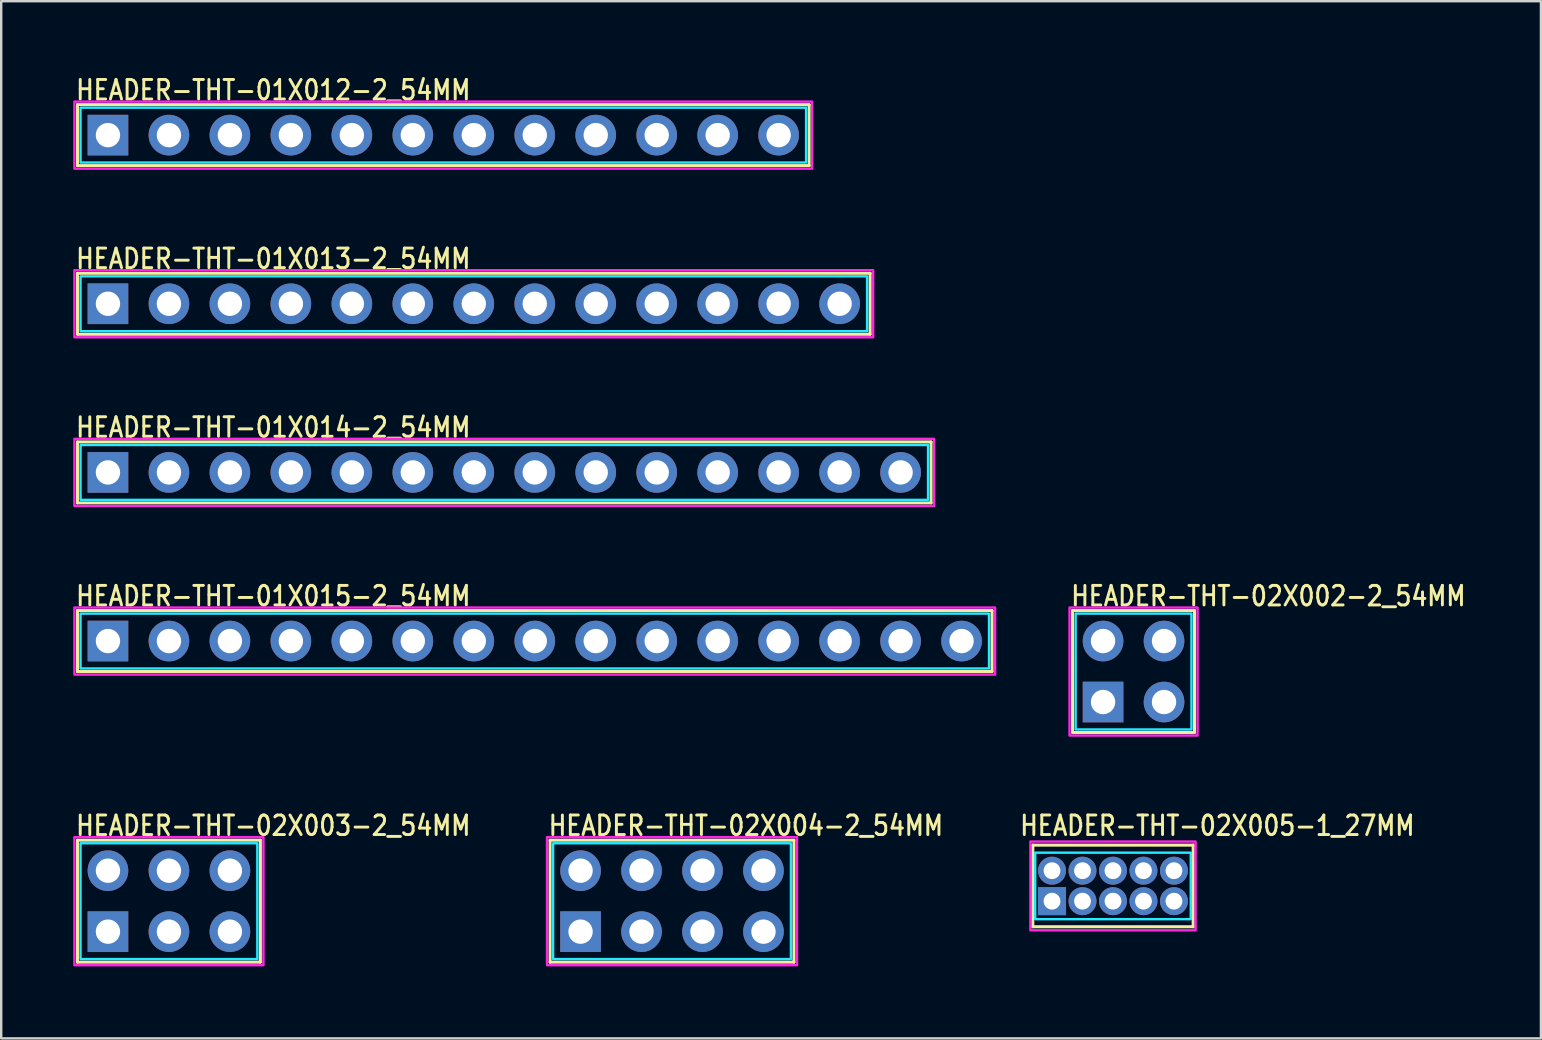
<source format=kicad_pcb>
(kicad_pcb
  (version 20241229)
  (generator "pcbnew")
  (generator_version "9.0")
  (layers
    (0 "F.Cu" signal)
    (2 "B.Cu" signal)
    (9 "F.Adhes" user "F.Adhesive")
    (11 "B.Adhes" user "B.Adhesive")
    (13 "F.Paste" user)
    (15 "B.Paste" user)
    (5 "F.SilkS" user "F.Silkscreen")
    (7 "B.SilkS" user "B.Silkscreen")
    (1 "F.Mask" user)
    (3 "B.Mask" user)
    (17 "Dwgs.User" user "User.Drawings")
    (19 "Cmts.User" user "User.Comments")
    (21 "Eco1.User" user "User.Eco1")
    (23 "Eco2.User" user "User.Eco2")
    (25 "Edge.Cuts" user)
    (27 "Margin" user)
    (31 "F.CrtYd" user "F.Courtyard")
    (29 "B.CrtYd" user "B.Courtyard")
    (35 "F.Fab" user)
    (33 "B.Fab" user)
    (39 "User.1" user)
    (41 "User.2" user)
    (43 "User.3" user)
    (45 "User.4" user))
  (footprint "HEADER-THT-02X002-2_54MM"
    (layer "F.Cu")
    (at 42.901 26.195)
    (property "Reference" "HEADER-THT-02X002-2_54MM" (at -1.4 -3.94 0) (unlocked yes) (layer "F.SilkS") (effects (font (size 0.813 0.695) (thickness 0.122)) (justify left bottom)))
    (fp_line (start -1.27 -3.81) (end -1.27 1.27) (stroke (width 0.127) (type solid)) (layer "F.SilkS"))
    (fp_line (start -1.27 1.27) (end 3.81 1.27) (stroke (width 0.127) (type solid)) (layer "F.SilkS"))
    (fp_line (start 3.81 -3.81) (end -1.27 -3.81) (stroke (width 0.127) (type solid)) (layer "F.SilkS"))
    (fp_line (start 3.81 1.27) (end 3.81 -3.81) (stroke (width 0.127) (type solid)) (layer "F.SilkS"))
    (fp_poly (pts (xy -1.143 -3.683) (xy 3.683 -3.683) (xy 3.683 1.143) (xy -1.143 1.143)) (stroke (width 0.1) (type solid)) (fill no) (layer "B.CrtYd"))
    (fp_poly (pts (xy -1.397 -3.937) (xy 3.937 -3.937) (xy 3.937 1.397) (xy -1.397 1.397)) (stroke (width 0.1) (type solid)) (fill no) (layer "F.CrtYd"))
    (pad "1" thru_hole rect (at 0 0) (size 1.693 1.693) (drill 1.016) (layers "*.Cu" "*.Mask"))
    (pad "2" thru_hole oval (at 0 -2.54) (size 1.693 1.693) (drill 1.016) (layers "*.Cu" "*.Mask"))
    (pad "3" thru_hole oval (at 2.54 0) (size 1.693 1.693) (drill 1.016) (layers "*.Cu" "*.Mask"))
    (pad "4" thru_hole oval (at 2.54 -2.54) (size 1.693 1.693) (drill 1.016) (layers "*.Cu" "*.Mask")))
  (footprint "HEADER-THT-01X013-2_54MM"
    (layer "F.Cu")
    (at 1.447 9.604)
    (property "Reference" "HEADER-THT-01X013-2_54MM" (at -1.4 -1.4 0) (unlocked yes) (layer "F.SilkS") (effects (font (size 0.813 0.695) (thickness 0.122)) (justify left bottom)))
    (fp_line (start -1.27 -1.27) (end -1.27 1.27) (stroke (width 0.127) (type solid)) (layer "F.SilkS"))
    (fp_line (start -1.27 1.27) (end 31.75 1.27) (stroke (width 0.127) (type solid)) (layer "F.SilkS"))
    (fp_line (start 31.75 -1.27) (end -1.27 -1.27) (stroke (width 0.127) (type solid)) (layer "F.SilkS"))
    (fp_line (start 31.75 1.27) (end 31.75 -1.27) (stroke (width 0.127) (type solid)) (layer "F.SilkS"))
    (fp_poly (pts (xy -1.143 -1.143) (xy 31.623 -1.143) (xy 31.623 1.143) (xy -1.143 1.143)) (stroke (width 0.1) (type solid)) (fill no) (layer "B.CrtYd"))
    (fp_poly (pts (xy -1.397 -1.397) (xy 31.877 -1.397) (xy 31.877 1.397) (xy -1.397 1.397)) (stroke (width 0.1) (type solid)) (fill no) (layer "F.CrtYd"))
    (pad "1" thru_hole rect (at 0 0) (size 1.693 1.693) (drill 1.016) (layers "*.Cu" "*.Mask"))
    (pad "2" thru_hole oval (at 2.54 0) (size 1.693 1.693) (drill 1.016) (layers "*.Cu" "*.Mask"))
    (pad "3" thru_hole oval (at 5.08 0) (size 1.693 1.693) (drill 1.016) (layers "*.Cu" "*.Mask"))
    (pad "4" thru_hole oval (at 7.62 0) (size 1.693 1.693) (drill 1.016) (layers "*.Cu" "*.Mask"))
    (pad "5" thru_hole oval (at 10.16 0) (size 1.693 1.693) (drill 1.016) (layers "*.Cu" "*.Mask"))
    (pad "6" thru_hole oval (at 12.7 0) (size 1.693 1.693) (drill 1.016) (layers "*.Cu" "*.Mask"))
    (pad "7" thru_hole oval (at 15.24 0) (size 1.693 1.693) (drill 1.016) (layers "*.Cu" "*.Mask"))
    (pad "8" thru_hole oval (at 17.78 0) (size 1.693 1.693) (drill 1.016) (layers "*.Cu" "*.Mask"))
    (pad "9" thru_hole oval (at 20.32 0) (size 1.693 1.693) (drill 1.016) (layers "*.Cu" "*.Mask"))
    (pad "10" thru_hole oval (at 22.86 0) (size 1.693 1.693) (drill 1.016) (layers "*.Cu" "*.Mask"))
    (pad "11" thru_hole oval (at 25.4 0) (size 1.693 1.693) (drill 1.016) (layers "*.Cu" "*.Mask"))
    (pad "12" thru_hole oval (at 27.94 0) (size 1.693 1.693) (drill 1.016) (layers "*.Cu" "*.Mask"))
    (pad "13" thru_hole oval (at 30.48 0) (size 1.693 1.693) (drill 1.016) (layers "*.Cu" "*.Mask")))
  (footprint "HEADER-THT-01X012-2_54MM"
    (layer "F.Cu")
    (at 1.447 2.579)
    (property "Reference" "HEADER-THT-01X012-2_54MM" (at -1.4 -1.4 0) (unlocked yes) (layer "F.SilkS") (effects (font (size 0.813 0.695) (thickness 0.122)) (justify left bottom)))
    (fp_line (start -1.27 -1.27) (end -1.27 1.27) (stroke (width 0.127) (type solid)) (layer "F.SilkS"))
    (fp_line (start -1.27 1.27) (end 29.21 1.27) (stroke (width 0.127) (type solid)) (layer "F.SilkS"))
    (fp_line (start 29.21 -1.27) (end -1.27 -1.27) (stroke (width 0.127) (type solid)) (layer "F.SilkS"))
    (fp_line (start 29.21 1.27) (end 29.21 -1.27) (stroke (width 0.127) (type solid)) (layer "F.SilkS"))
    (fp_poly (pts (xy -1.143 -1.143) (xy 29.083 -1.143) (xy 29.083 1.143) (xy -1.143 1.143)) (stroke (width 0.1) (type solid)) (fill no) (layer "B.CrtYd"))
    (fp_poly (pts (xy -1.397 -1.397) (xy 29.337 -1.397) (xy 29.337 1.397) (xy -1.397 1.397)) (stroke (width 0.1) (type solid)) (fill no) (layer "F.CrtYd"))
    (pad "1" thru_hole rect (at 0 0) (size 1.693 1.693) (drill 1.016) (layers "*.Cu" "*.Mask"))
    (pad "2" thru_hole oval (at 2.54 0) (size 1.693 1.693) (drill 1.016) (layers "*.Cu" "*.Mask"))
    (pad "3" thru_hole oval (at 5.08 0) (size 1.693 1.693) (drill 1.016) (layers "*.Cu" "*.Mask"))
    (pad "4" thru_hole oval (at 7.62 0) (size 1.693 1.693) (drill 1.016) (layers "*.Cu" "*.Mask"))
    (pad "5" thru_hole oval (at 10.16 0) (size 1.693 1.693) (drill 1.016) (layers "*.Cu" "*.Mask"))
    (pad "6" thru_hole oval (at 12.7 0) (size 1.693 1.693) (drill 1.016) (layers "*.Cu" "*.Mask"))
    (pad "7" thru_hole oval (at 15.24 0) (size 1.693 1.693) (drill 1.016) (layers "*.Cu" "*.Mask"))
    (pad "8" thru_hole oval (at 17.78 0) (size 1.693 1.693) (drill 1.016) (layers "*.Cu" "*.Mask"))
    (pad "9" thru_hole oval (at 20.32 0) (size 1.693 1.693) (drill 1.016) (layers "*.Cu" "*.Mask"))
    (pad "10" thru_hole oval (at 22.86 0) (size 1.693 1.693) (drill 1.016) (layers "*.Cu" "*.Mask"))
    (pad "11" thru_hole oval (at 25.4 0) (size 1.693 1.693) (drill 1.016) (layers "*.Cu" "*.Mask"))
    (pad "12" thru_hole oval (at 27.94 0) (size 1.693 1.693) (drill 1.016) (layers "*.Cu" "*.Mask")))
  (footprint "HEADER-THT-02X005-1_27MM"
    (layer "F.Cu")
    (at 40.775 34.491)
    (property "Reference" "HEADER-THT-02X005-1_27MM" (at -1.4 -2.67 0) (unlocked yes) (layer "F.SilkS") (effects (font (size 0.813 0.695) (thickness 0.122)) (justify left bottom)))
    (fp_line (start -0.8 -2.335) (end -0.8 1.065) (stroke (width 0.127) (type solid)) (layer "F.SilkS"))
    (fp_line (start -0.8 1.065) (end 5.88 1.065) (stroke (width 0.127) (type solid)) (layer "F.SilkS"))
    (fp_line (start 5.88 -2.335) (end -0.8 -2.335) (stroke (width 0.127) (type solid)) (layer "F.SilkS"))
    (fp_line (start 5.88 1.065) (end 5.88 -2.335) (stroke (width 0.127) (type solid)) (layer "F.SilkS"))
    (fp_poly (pts (xy -0.7 -2.02) (xy 5.78 -2.02) (xy 5.78 0.75) (xy -0.7 0.75)) (stroke (width 0.1) (type solid)) (fill no) (layer "B.CrtYd"))
    (fp_poly (pts (xy -0.9 -2.485) (xy 5.98 -2.485) (xy 5.98 1.215) (xy -0.9 1.215)) (stroke (width 0.1) (type solid)) (fill no) (layer "F.CrtYd"))
    (pad "1" thru_hole rect (at 0 0) (size 1.167 1.167) (drill 0.7) (layers "*.Cu" "*.Mask"))
    (pad "2" thru_hole oval (at 0 -1.27) (size 1.167 1.167) (drill 0.7) (layers "*.Cu" "*.Mask"))
    (pad "3" thru_hole oval (at 1.27 0) (size 1.167 1.167) (drill 0.7) (layers "*.Cu" "*.Mask"))
    (pad "4" thru_hole oval (at 1.27 -1.27) (size 1.167 1.167) (drill 0.7) (layers "*.Cu" "*.Mask"))
    (pad "5" thru_hole oval (at 2.54 0) (size 1.167 1.167) (drill 0.7) (layers "*.Cu" "*.Mask"))
    (pad "6" thru_hole oval (at 2.54 -1.27) (size 1.167 1.167) (drill 0.7) (layers "*.Cu" "*.Mask"))
    (pad "7" thru_hole oval (at 3.81 0) (size 1.167 1.167) (drill 0.7) (layers "*.Cu" "*.Mask"))
    (pad "8" thru_hole oval (at 3.81 -1.27) (size 1.167 1.167) (drill 0.7) (layers "*.Cu" "*.Mask"))
    (pad "9" thru_hole oval (at 5.08 0) (size 1.167 1.167) (drill 0.7) (layers "*.Cu" "*.Mask"))
    (pad "10" thru_hole oval (at 5.08 -1.27) (size 1.167 1.167) (drill 0.7) (layers "*.Cu" "*.Mask")))
  (footprint "HEADER-THT-02X004-2_54MM"
    (layer "F.Cu")
    (at 21.135 35.761)
    (property "Reference" "HEADER-THT-02X004-2_54MM" (at -1.4 -3.94 0) (unlocked yes) (layer "F.SilkS") (effects (font (size 0.813 0.695) (thickness 0.122)) (justify left bottom)))
    (fp_line (start -1.27 -3.81) (end -1.27 1.27) (stroke (width 0.127) (type solid)) (layer "F.SilkS"))
    (fp_line (start -1.27 1.27) (end 8.89 1.27) (stroke (width 0.127) (type solid)) (layer "F.SilkS"))
    (fp_line (start 8.89 -3.81) (end -1.27 -3.81) (stroke (width 0.127) (type solid)) (layer "F.SilkS"))
    (fp_line (start 8.89 1.27) (end 8.89 -3.81) (stroke (width 0.127) (type solid)) (layer "F.SilkS"))
    (fp_poly (pts (xy -1.143 -3.683) (xy 8.763 -3.683) (xy 8.763 1.143) (xy -1.143 1.143)) (stroke (width 0.1) (type solid)) (fill no) (layer "B.CrtYd"))
    (fp_poly (pts (xy -1.397 -3.937) (xy 9.017 -3.937) (xy 9.017 1.397) (xy -1.397 1.397)) (stroke (width 0.1) (type solid)) (fill no) (layer "F.CrtYd"))
    (pad "1" thru_hole rect (at 0 0) (size 1.693 1.693) (drill 1.016) (layers "*.Cu" "*.Mask"))
    (pad "2" thru_hole oval (at 0 -2.54) (size 1.693 1.693) (drill 1.016) (layers "*.Cu" "*.Mask"))
    (pad "3" thru_hole oval (at 2.54 0) (size 1.693 1.693) (drill 1.016) (layers "*.Cu" "*.Mask"))
    (pad "4" thru_hole oval (at 2.54 -2.54) (size 1.693 1.693) (drill 1.016) (layers "*.Cu" "*.Mask"))
    (pad "5" thru_hole oval (at 5.08 0) (size 1.693 1.693) (drill 1.016) (layers "*.Cu" "*.Mask"))
    (pad "6" thru_hole oval (at 5.08 -2.54) (size 1.693 1.693) (drill 1.016) (layers "*.Cu" "*.Mask"))
    (pad "7" thru_hole oval (at 7.62 0) (size 1.693 1.693) (drill 1.016) (layers "*.Cu" "*.Mask"))
    (pad "8" thru_hole oval (at 7.62 -2.54) (size 1.693 1.693) (drill 1.016) (layers "*.Cu" "*.Mask")))
  (footprint "HEADER-THT-02X003-2_54MM"
    (layer "F.Cu")
    (at 1.447 35.761)
    (property "Reference" "HEADER-THT-02X003-2_54MM" (at -1.4 -3.94 0) (unlocked yes) (layer "F.SilkS") (effects (font (size 0.813 0.695) (thickness 0.122)) (justify left bottom)))
    (fp_line (start -1.27 -3.81) (end -1.27 1.27) (stroke (width 0.127) (type solid)) (layer "F.SilkS"))
    (fp_line (start -1.27 1.27) (end 6.35 1.27) (stroke (width 0.127) (type solid)) (layer "F.SilkS"))
    (fp_line (start 6.35 -3.81) (end -1.27 -3.81) (stroke (width 0.127) (type solid)) (layer "F.SilkS"))
    (fp_line (start 6.35 1.27) (end 6.35 -3.81) (stroke (width 0.127) (type solid)) (layer "F.SilkS"))
    (fp_poly (pts (xy -1.143 -3.683) (xy 6.223 -3.683) (xy 6.223 1.143) (xy -1.143 1.143)) (stroke (width 0.1) (type solid)) (fill no) (layer "B.CrtYd"))
    (fp_poly (pts (xy -1.397 -3.937) (xy 6.477 -3.937) (xy 6.477 1.397) (xy -1.397 1.397)) (stroke (width 0.1) (type solid)) (fill no) (layer "F.CrtYd"))
    (pad "1" thru_hole rect (at 0 0) (size 1.693 1.693) (drill 1.016) (layers "*.Cu" "*.Mask"))
    (pad "2" thru_hole oval (at 0 -2.54) (size 1.693 1.693) (drill 1.016) (layers "*.Cu" "*.Mask"))
    (pad "3" thru_hole oval (at 2.54 0) (size 1.693 1.693) (drill 1.016) (layers "*.Cu" "*.Mask"))
    (pad "4" thru_hole oval (at 2.54 -2.54) (size 1.693 1.693) (drill 1.016) (layers "*.Cu" "*.Mask"))
    (pad "5" thru_hole oval (at 5.08 0) (size 1.693 1.693) (drill 1.016) (layers "*.Cu" "*.Mask"))
    (pad "6" thru_hole oval (at 5.08 -2.54) (size 1.693 1.693) (drill 1.016) (layers "*.Cu" "*.Mask")))
  (footprint "HEADER-THT-01X014-2_54MM"
    (layer "F.Cu")
    (at 1.447 16.63)
    (property "Reference" "HEADER-THT-01X014-2_54MM" (at -1.4 -1.4 0) (unlocked yes) (layer "F.SilkS") (effects (font (size 0.813 0.695) (thickness 0.122)) (justify left bottom)))
    (fp_line (start -1.27 -1.27) (end -1.27 1.27) (stroke (width 0.127) (type solid)) (layer "F.SilkS"))
    (fp_line (start -1.27 1.27) (end 34.29 1.27) (stroke (width 0.127) (type solid)) (layer "F.SilkS"))
    (fp_line (start 34.29 -1.27) (end -1.27 -1.27) (stroke (width 0.127) (type solid)) (layer "F.SilkS"))
    (fp_line (start 34.29 1.27) (end 34.29 -1.27) (stroke (width 0.127) (type solid)) (layer "F.SilkS"))
    (fp_poly (pts (xy -1.143 -1.143) (xy 34.163 -1.143) (xy 34.163 1.143) (xy -1.143 1.143)) (stroke (width 0.1) (type solid)) (fill no) (layer "B.CrtYd"))
    (fp_poly (pts (xy -1.397 -1.397) (xy 34.417 -1.397) (xy 34.417 1.397) (xy -1.397 1.397)) (stroke (width 0.1) (type solid)) (fill no) (layer "F.CrtYd"))
    (pad "1" thru_hole rect (at 0 0) (size 1.693 1.693) (drill 1.016) (layers "*.Cu" "*.Mask"))
    (pad "2" thru_hole oval (at 2.54 0) (size 1.693 1.693) (drill 1.016) (layers "*.Cu" "*.Mask"))
    (pad "3" thru_hole oval (at 5.08 0) (size 1.693 1.693) (drill 1.016) (layers "*.Cu" "*.Mask"))
    (pad "4" thru_hole oval (at 7.62 0) (size 1.693 1.693) (drill 1.016) (layers "*.Cu" "*.Mask"))
    (pad "5" thru_hole oval (at 10.16 0) (size 1.693 1.693) (drill 1.016) (layers "*.Cu" "*.Mask"))
    (pad "6" thru_hole oval (at 12.7 0) (size 1.693 1.693) (drill 1.016) (layers "*.Cu" "*.Mask"))
    (pad "7" thru_hole oval (at 15.24 0) (size 1.693 1.693) (drill 1.016) (layers "*.Cu" "*.Mask"))
    (pad "8" thru_hole oval (at 17.78 0) (size 1.693 1.693) (drill 1.016) (layers "*.Cu" "*.Mask"))
    (pad "9" thru_hole oval (at 20.32 0) (size 1.693 1.693) (drill 1.016) (layers "*.Cu" "*.Mask"))
    (pad "10" thru_hole oval (at 22.86 0) (size 1.693 1.693) (drill 1.016) (layers "*.Cu" "*.Mask"))
    (pad "11" thru_hole oval (at 25.4 0) (size 1.693 1.693) (drill 1.016) (layers "*.Cu" "*.Mask"))
    (pad "12" thru_hole oval (at 27.94 0) (size 1.693 1.693) (drill 1.016) (layers "*.Cu" "*.Mask"))
    (pad "13" thru_hole oval (at 30.48 0) (size 1.693 1.693) (drill 1.016) (layers "*.Cu" "*.Mask"))
    (pad "14" thru_hole oval (at 33.02 0) (size 1.693 1.693) (drill 1.016) (layers "*.Cu" "*.Mask")))
  (footprint "HEADER-THT-01X015-2_54MM"
    (layer "F.Cu")
    (at 1.447 23.655)
    (property "Reference" "HEADER-THT-01X015-2_54MM" (at -1.4 -1.4 0) (unlocked yes) (layer "F.SilkS") (effects (font (size 0.813 0.695) (thickness 0.122)) (justify left bottom)))
    (fp_line (start -1.27 -1.27) (end -1.27 1.27) (stroke (width 0.127) (type solid)) (layer "F.SilkS"))
    (fp_line (start -1.27 1.27) (end 36.83 1.27) (stroke (width 0.127) (type solid)) (layer "F.SilkS"))
    (fp_line (start 36.83 -1.27) (end -1.27 -1.27) (stroke (width 0.127) (type solid)) (layer "F.SilkS"))
    (fp_line (start 36.83 1.27) (end 36.83 -1.27) (stroke (width 0.127) (type solid)) (layer "F.SilkS"))
    (fp_poly (pts (xy -1.143 -1.143) (xy 36.703 -1.143) (xy 36.703 1.143) (xy -1.143 1.143)) (stroke (width 0.1) (type solid)) (fill no) (layer "B.CrtYd"))
    (fp_poly (pts (xy -1.397 -1.397) (xy 36.957 -1.397) (xy 36.957 1.397) (xy -1.397 1.397)) (stroke (width 0.1) (type solid)) (fill no) (layer "F.CrtYd"))
    (pad "1" thru_hole rect (at 0 0) (size 1.693 1.693) (drill 1.016) (layers "*.Cu" "*.Mask"))
    (pad "2" thru_hole oval (at 2.54 0) (size 1.693 1.693) (drill 1.016) (layers "*.Cu" "*.Mask"))
    (pad "3" thru_hole oval (at 5.08 0) (size 1.693 1.693) (drill 1.016) (layers "*.Cu" "*.Mask"))
    (pad "4" thru_hole oval (at 7.62 0) (size 1.693 1.693) (drill 1.016) (layers "*.Cu" "*.Mask"))
    (pad "5" thru_hole oval (at 10.16 0) (size 1.693 1.693) (drill 1.016) (layers "*.Cu" "*.Mask"))
    (pad "6" thru_hole oval (at 12.7 0) (size 1.693 1.693) (drill 1.016) (layers "*.Cu" "*.Mask"))
    (pad "7" thru_hole oval (at 15.24 0) (size 1.693 1.693) (drill 1.016) (layers "*.Cu" "*.Mask"))
    (pad "8" thru_hole oval (at 17.78 0) (size 1.693 1.693) (drill 1.016) (layers "*.Cu" "*.Mask"))
    (pad "9" thru_hole oval (at 20.32 0) (size 1.693 1.693) (drill 1.016) (layers "*.Cu" "*.Mask"))
    (pad "10" thru_hole oval (at 22.86 0) (size 1.693 1.693) (drill 1.016) (layers "*.Cu" "*.Mask"))
    (pad "11" thru_hole oval (at 25.4 0) (size 1.693 1.693) (drill 1.016) (layers "*.Cu" "*.Mask"))
    (pad "12" thru_hole oval (at 27.94 0) (size 1.693 1.693) (drill 1.016) (layers "*.Cu" "*.Mask"))
    (pad "13" thru_hole oval (at 30.48 0) (size 1.693 1.693) (drill 1.016) (layers "*.Cu" "*.Mask"))
    (pad "14" thru_hole oval (at 33.02 0) (size 1.693 1.693) (drill 1.016) (layers "*.Cu" "*.Mask"))
    (pad "15" thru_hole oval (at 35.56 0) (size 1.693 1.693) (drill 1.016) (layers "*.Cu" "*.Mask")))
  (gr_rect
    (start -3 -3)
    (end 61.142 40.208)
    (stroke (width 0.1) (type default))
    (fill no)
    (layer "Edge.Cuts")))
</source>
